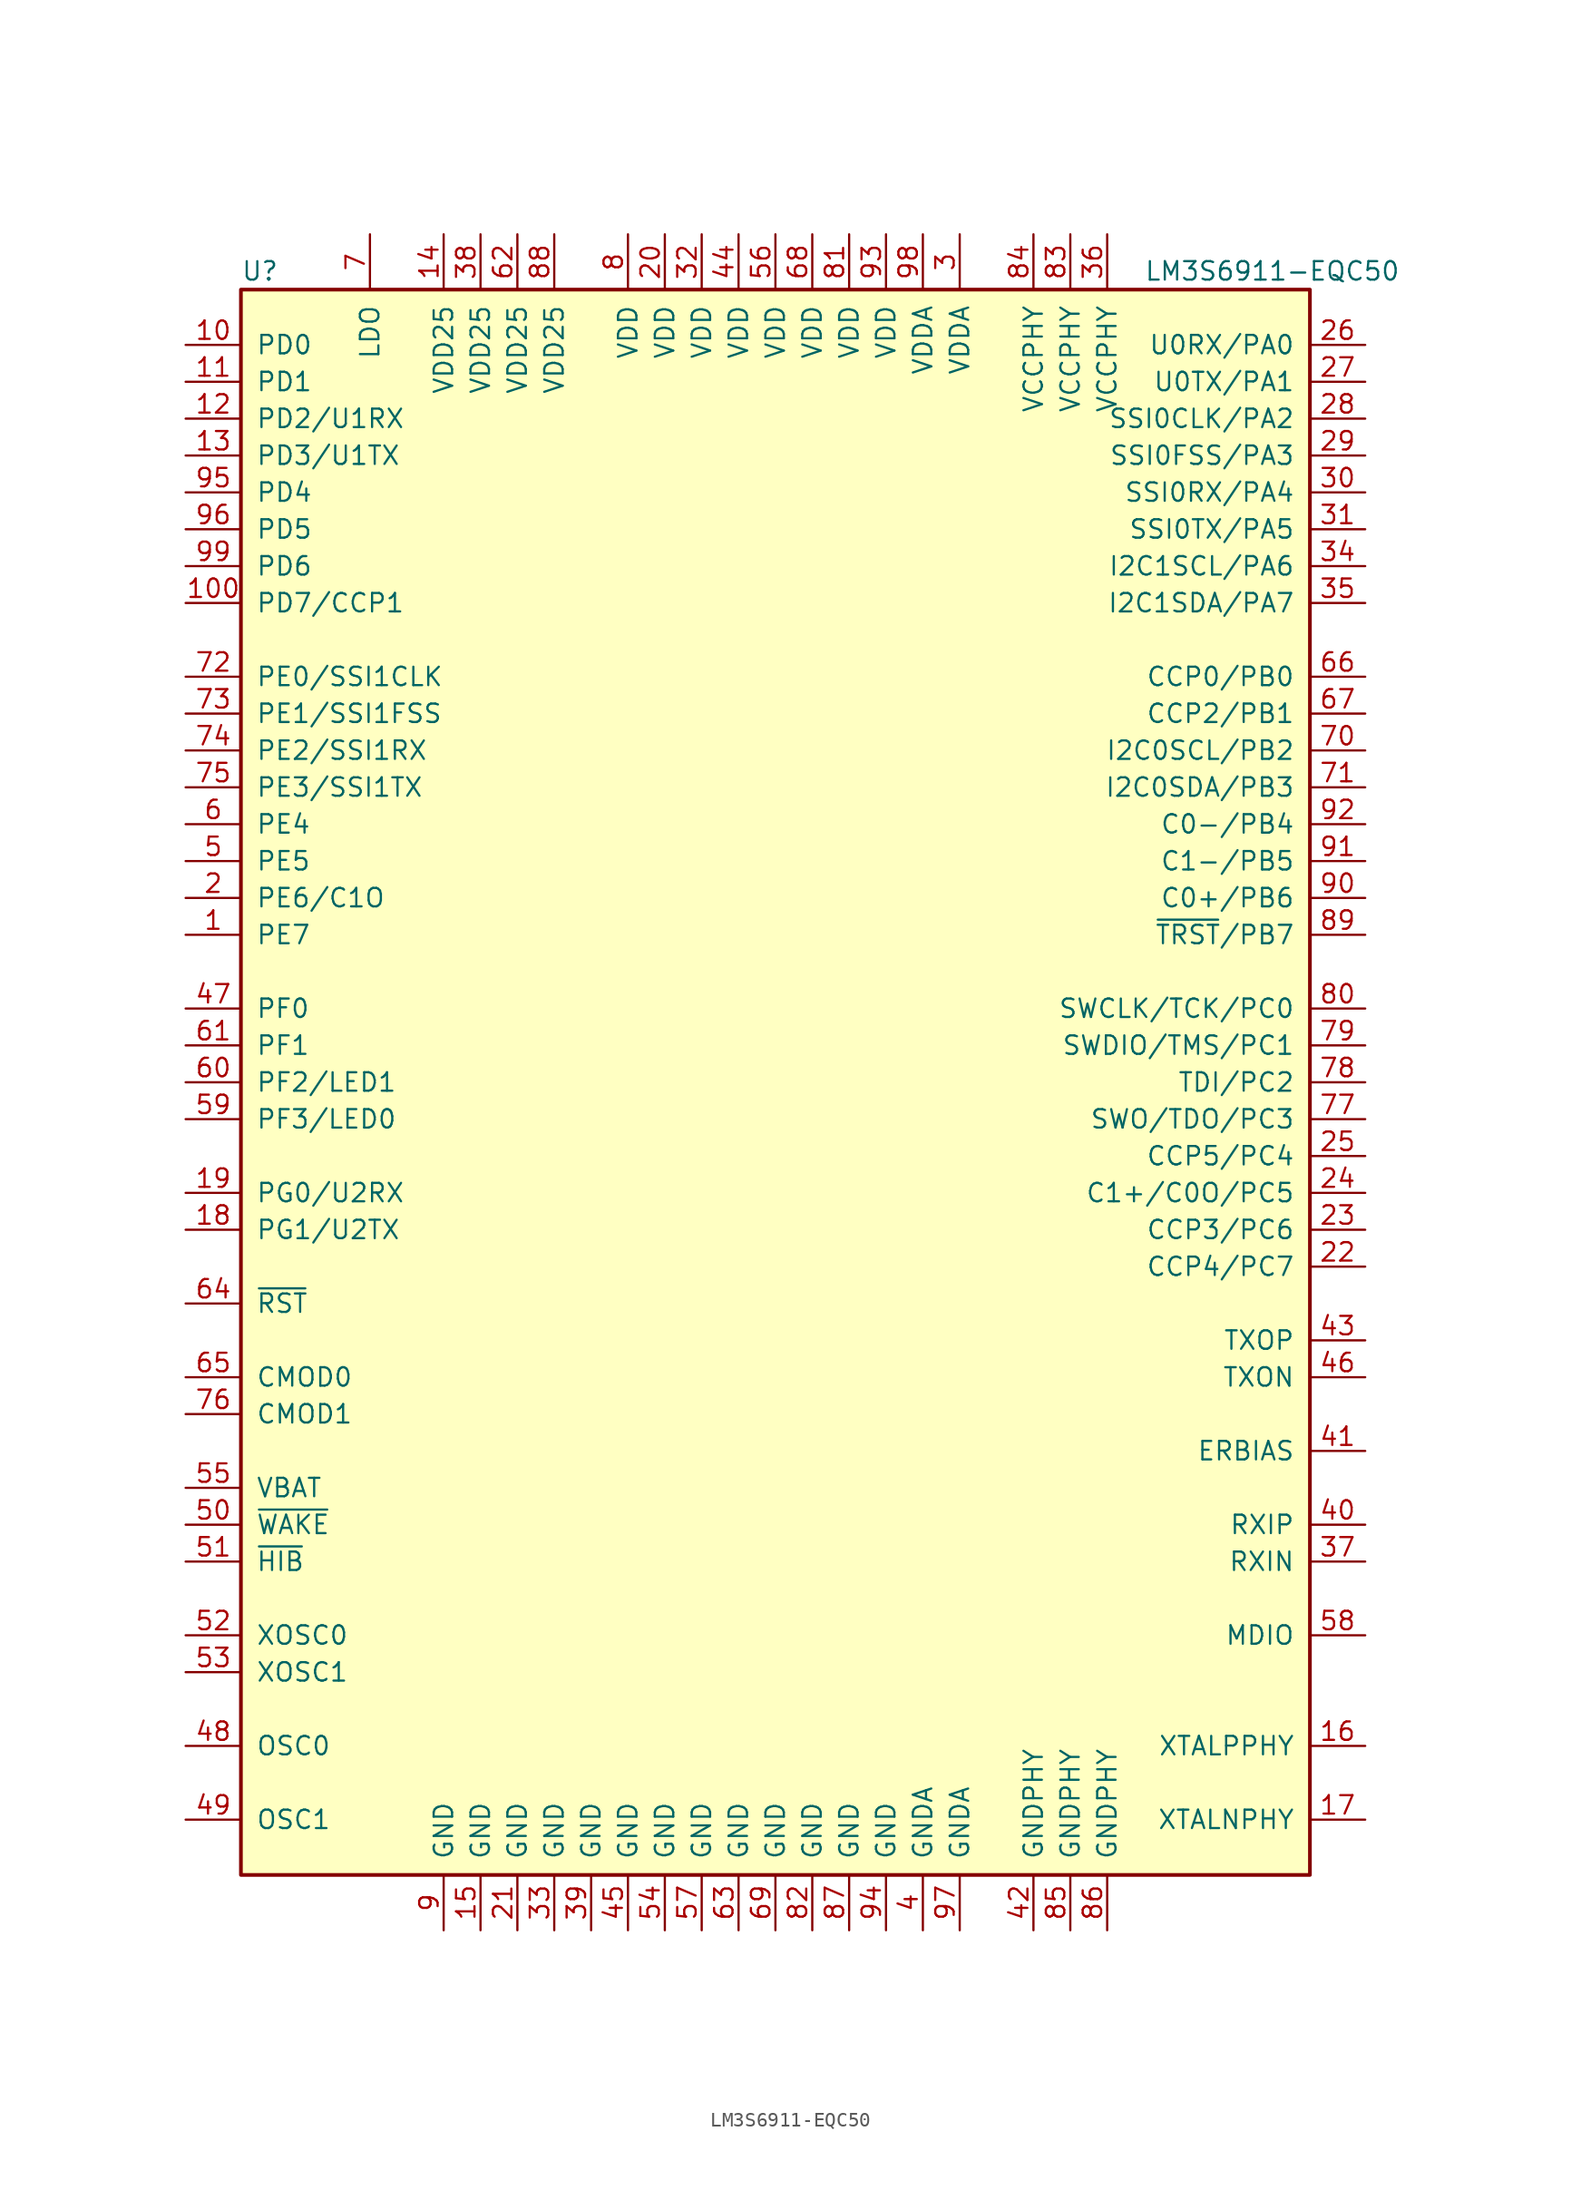
<source format=kicad_sym>
(kicad_symbol_lib
  (version 20201005)
  (generator kicad_symbol_editor)
  (symbol "LM3S6911-EQC50"
    (pin_names
      (offset 1.016))
    (property "Reference" "U"
      (at -36.83 55.88 0)
      (effects (font (size 1.27 1.27)) (justify left)))
    (property "Value" "LM3S6911-EQC50"
      (at 25.4 55.88 0)
      (effects (font (size 1.27 1.27)) (justify left)))
    (symbol "LM3S6911-EQC50_0_1"
      (rectangle (start -36.83 54.61) (end 36.83 -54.61) (stroke (width 0.254)) (fill (type background))))
    (symbol "LM3S6911-EQC50_1_1"
      (pin bidirectional line (at -40.64 10.16 0) (length 3.81) (name "PE7" (effects (font (size 1.27 1.27)))) (number "1" (effects (font (size 1.27 1.27)))))
      (pin bidirectional line (at -40.64 50.8 0) (length 3.81) (name "PD0" (effects (font (size 1.27 1.27)))) (number "10" (effects (font (size 1.27 1.27)))))
      (pin bidirectional line (at -40.64 33.02 0) (length 3.81) (name "PD7/CCP1" (effects (font (size 1.27 1.27)))) (number "100" (effects (font (size 1.27 1.27)))))
      (pin bidirectional line (at -40.64 48.26 0) (length 3.81) (name "PD1" (effects (font (size 1.27 1.27)))) (number "11" (effects (font (size 1.27 1.27)))))
      (pin bidirectional line (at -40.64 45.72 0) (length 3.81) (name "PD2/U1RX" (effects (font (size 1.27 1.27)))) (number "12" (effects (font (size 1.27 1.27)))))
      (pin bidirectional line (at -40.64 43.18 0) (length 3.81) (name "PD3/U1TX" (effects (font (size 1.27 1.27)))) (number "13" (effects (font (size 1.27 1.27)))))
      (pin power_in line (at -22.86 58.42 270) (length 3.81) (name "VDD25" (effects (font (size 1.27 1.27)))) (number "14" (effects (font (size 1.27 1.27)))))
      (pin power_in line (at -20.32 -58.42 90) (length 3.81) (name "GND" (effects (font (size 1.27 1.27)))) (number "15" (effects (font (size 1.27 1.27)))))
      (pin passive line (at 40.64 -45.72 180) (length 3.81) (name "XTALPPHY" (effects (font (size 1.27 1.27)))) (number "16" (effects (font (size 1.27 1.27)))))
      (pin passive line (at 40.64 -50.8 180) (length 3.81) (name "XTALNPHY" (effects (font (size 1.27 1.27)))) (number "17" (effects (font (size 1.27 1.27)))))
      (pin bidirectional line (at -40.64 -10.16 0) (length 3.81) (name "PG1/U2TX" (effects (font (size 1.27 1.27)))) (number "18" (effects (font (size 1.27 1.27)))))
      (pin bidirectional line (at -40.64 -7.62 0) (length 3.81) (name "PG0/U2RX" (effects (font (size 1.27 1.27)))) (number "19" (effects (font (size 1.27 1.27)))))
      (pin bidirectional line (at -40.64 12.7 0) (length 3.81) (name "PE6/C1O" (effects (font (size 1.27 1.27)))) (number "2" (effects (font (size 1.27 1.27)))))
      (pin power_in line (at -7.62 58.42 270) (length 3.81) (name "VDD" (effects (font (size 1.27 1.27)))) (number "20" (effects (font (size 1.27 1.27)))))
      (pin power_in line (at -17.78 -58.42 90) (length 3.81) (name "GND" (effects (font (size 1.27 1.27)))) (number "21" (effects (font (size 1.27 1.27)))))
      (pin bidirectional line (at 40.64 -12.7 180) (length 3.81) (name "CCP4/PC7" (effects (font (size 1.27 1.27)))) (number "22" (effects (font (size 1.27 1.27)))))
      (pin bidirectional line (at 40.64 -10.16 180) (length 3.81) (name "CCP3/PC6" (effects (font (size 1.27 1.27)))) (number "23" (effects (font (size 1.27 1.27)))))
      (pin bidirectional line (at 40.64 -7.62 180) (length 3.81) (name "C1+/C0O/PC5" (effects (font (size 1.27 1.27)))) (number "24" (effects (font (size 1.27 1.27)))))
      (pin bidirectional line (at 40.64 -5.08 180) (length 3.81) (name "CCP5/PC4" (effects (font (size 1.27 1.27)))) (number "25" (effects (font (size 1.27 1.27)))))
      (pin bidirectional line (at 40.64 50.8 180) (length 3.81) (name "U0RX/PA0" (effects (font (size 1.27 1.27)))) (number "26" (effects (font (size 1.27 1.27)))))
      (pin bidirectional line (at 40.64 48.26 180) (length 3.81) (name "U0TX/PA1" (effects (font (size 1.27 1.27)))) (number "27" (effects (font (size 1.27 1.27)))))
      (pin bidirectional line (at 40.64 45.72 180) (length 3.81) (name "SSI0CLK/PA2" (effects (font (size 1.27 1.27)))) (number "28" (effects (font (size 1.27 1.27)))))
      (pin bidirectional line (at 40.64 43.18 180) (length 3.81) (name "SSI0FSS/PA3" (effects (font (size 1.27 1.27)))) (number "29" (effects (font (size 1.27 1.27)))))
      (pin power_in line (at 12.7 58.42 270) (length 3.81) (name "VDDA" (effects (font (size 1.27 1.27)))) (number "3" (effects (font (size 1.27 1.27)))))
      (pin bidirectional line (at 40.64 40.64 180) (length 3.81) (name "SSI0RX/PA4" (effects (font (size 1.27 1.27)))) (number "30" (effects (font (size 1.27 1.27)))))
      (pin bidirectional line (at 40.64 38.1 180) (length 3.81) (name "SSI0TX/PA5" (effects (font (size 1.27 1.27)))) (number "31" (effects (font (size 1.27 1.27)))))
      (pin power_in line (at -5.08 58.42 270) (length 3.81) (name "VDD" (effects (font (size 1.27 1.27)))) (number "32" (effects (font (size 1.27 1.27)))))
      (pin power_in line (at -15.24 -58.42 90) (length 3.81) (name "GND" (effects (font (size 1.27 1.27)))) (number "33" (effects (font (size 1.27 1.27)))))
      (pin bidirectional line (at 40.64 35.56 180) (length 3.81) (name "I2C1SCL/PA6" (effects (font (size 1.27 1.27)))) (number "34" (effects (font (size 1.27 1.27)))))
      (pin bidirectional line (at 40.64 33.02 180) (length 3.81) (name "I2C1SDA/PA7" (effects (font (size 1.27 1.27)))) (number "35" (effects (font (size 1.27 1.27)))))
      (pin power_in line (at 22.86 58.42 270) (length 3.81) (name "VCCPHY" (effects (font (size 1.27 1.27)))) (number "36" (effects (font (size 1.27 1.27)))))
      (pin passive line (at 40.64 -33.02 180) (length 3.81) (name "RXIN" (effects (font (size 1.27 1.27)))) (number "37" (effects (font (size 1.27 1.27)))))
      (pin power_in line (at -20.32 58.42 270) (length 3.81) (name "VDD25" (effects (font (size 1.27 1.27)))) (number "38" (effects (font (size 1.27 1.27)))))
      (pin power_in line (at -12.7 -58.42 90) (length 3.81) (name "GND" (effects (font (size 1.27 1.27)))) (number "39" (effects (font (size 1.27 1.27)))))
      (pin power_in line (at 10.16 -58.42 90) (length 3.81) (name "GNDA" (effects (font (size 1.27 1.27)))) (number "4" (effects (font (size 1.27 1.27)))))
      (pin passive line (at 40.64 -30.48 180) (length 3.81) (name "RXIP" (effects (font (size 1.27 1.27)))) (number "40" (effects (font (size 1.27 1.27)))))
      (pin passive line (at 40.64 -25.4 180) (length 3.81) (name "ERBIAS" (effects (font (size 1.27 1.27)))) (number "41" (effects (font (size 1.27 1.27)))))
      (pin power_in line (at 17.78 -58.42 90) (length 3.81) (name "GNDPHY" (effects (font (size 1.27 1.27)))) (number "42" (effects (font (size 1.27 1.27)))))
      (pin passive line (at 40.64 -17.78 180) (length 3.81) (name "TXOP" (effects (font (size 1.27 1.27)))) (number "43" (effects (font (size 1.27 1.27)))))
      (pin power_in line (at -2.54 58.42 270) (length 3.81) (name "VDD" (effects (font (size 1.27 1.27)))) (number "44" (effects (font (size 1.27 1.27)))))
      (pin power_in line (at -10.16 -58.42 90) (length 3.81) (name "GND" (effects (font (size 1.27 1.27)))) (number "45" (effects (font (size 1.27 1.27)))))
      (pin passive line (at 40.64 -20.32 180) (length 3.81) (name "TXON" (effects (font (size 1.27 1.27)))) (number "46" (effects (font (size 1.27 1.27)))))
      (pin bidirectional line (at -40.64 5.08 0) (length 3.81) (name "PF0" (effects (font (size 1.27 1.27)))) (number "47" (effects (font (size 1.27 1.27)))))
      (pin passive line (at -40.64 -45.72 0) (length 3.81) (name "OSC0" (effects (font (size 1.27 1.27)))) (number "48" (effects (font (size 1.27 1.27)))))
      (pin passive line (at -40.64 -50.8 0) (length 3.81) (name "OSC1" (effects (font (size 1.27 1.27)))) (number "49" (effects (font (size 1.27 1.27)))))
      (pin bidirectional line (at -40.64 15.24 0) (length 3.81) (name "PE5" (effects (font (size 1.27 1.27)))) (number "5" (effects (font (size 1.27 1.27)))))
      (pin input line (at -40.64 -30.48 0) (length 3.81) (name "~WAKE~" (effects (font (size 1.27 1.27)))) (number "50" (effects (font (size 1.27 1.27)))))
      (pin open_collector line (at -40.64 -33.02 0) (length 3.81) (name "~HIB~" (effects (font (size 1.27 1.27)))) (number "51" (effects (font (size 1.27 1.27)))))
      (pin passive line (at -40.64 -38.1 0) (length 3.81) (name "XOSC0" (effects (font (size 1.27 1.27)))) (number "52" (effects (font (size 1.27 1.27)))))
      (pin passive line (at -40.64 -40.64 0) (length 3.81) (name "XOSC1" (effects (font (size 1.27 1.27)))) (number "53" (effects (font (size 1.27 1.27)))))
      (pin power_in line (at -7.62 -58.42 90) (length 3.81) (name "GND" (effects (font (size 1.27 1.27)))) (number "54" (effects (font (size 1.27 1.27)))))
      (pin passive line (at -40.64 -27.94 0) (length 3.81) (name "VBAT" (effects (font (size 1.27 1.27)))) (number "55" (effects (font (size 1.27 1.27)))))
      (pin power_in line (at 0 58.42 270) (length 3.81) (name "VDD" (effects (font (size 1.27 1.27)))) (number "56" (effects (font (size 1.27 1.27)))))
      (pin power_in line (at -5.08 -58.42 90) (length 3.81) (name "GND" (effects (font (size 1.27 1.27)))) (number "57" (effects (font (size 1.27 1.27)))))
      (pin input line (at 40.64 -38.1 180) (length 3.81) (name "MDIO" (effects (font (size 1.27 1.27)))) (number "58" (effects (font (size 1.27 1.27)))))
      (pin bidirectional line (at -40.64 -2.54 0) (length 3.81) (name "PF3/LED0" (effects (font (size 1.27 1.27)))) (number "59" (effects (font (size 1.27 1.27)))))
      (pin bidirectional line (at -40.64 17.78 0) (length 3.81) (name "PE4" (effects (font (size 1.27 1.27)))) (number "6" (effects (font (size 1.27 1.27)))))
      (pin bidirectional line (at -40.64 0 0) (length 3.81) (name "PF2/LED1" (effects (font (size 1.27 1.27)))) (number "60" (effects (font (size 1.27 1.27)))))
      (pin bidirectional line (at -40.64 2.54 0) (length 3.81) (name "PF1" (effects (font (size 1.27 1.27)))) (number "61" (effects (font (size 1.27 1.27)))))
      (pin power_in line (at -17.78 58.42 270) (length 3.81) (name "VDD25" (effects (font (size 1.27 1.27)))) (number "62" (effects (font (size 1.27 1.27)))))
      (pin power_in line (at -2.54 -58.42 90) (length 3.81) (name "GND" (effects (font (size 1.27 1.27)))) (number "63" (effects (font (size 1.27 1.27)))))
      (pin input line (at -40.64 -15.24 0) (length 3.81) (name "~RST~" (effects (font (size 1.27 1.27)))) (number "64" (effects (font (size 1.27 1.27)))))
      (pin input line (at -40.64 -20.32 0) (length 3.81) (name "CMOD0" (effects (font (size 1.27 1.27)))) (number "65" (effects (font (size 1.27 1.27)))))
      (pin bidirectional line (at 40.64 27.94 180) (length 3.81) (name "CCP0/PB0" (effects (font (size 1.27 1.27)))) (number "66" (effects (font (size 1.27 1.27)))))
      (pin bidirectional line (at 40.64 25.4 180) (length 3.81) (name "CCP2/PB1" (effects (font (size 1.27 1.27)))) (number "67" (effects (font (size 1.27 1.27)))))
      (pin power_in line (at 2.54 58.42 270) (length 3.81) (name "VDD" (effects (font (size 1.27 1.27)))) (number "68" (effects (font (size 1.27 1.27)))))
      (pin power_in line (at 0 -58.42 90) (length 3.81) (name "GND" (effects (font (size 1.27 1.27)))) (number "69" (effects (font (size 1.27 1.27)))))
      (pin passive line (at -27.94 58.42 270) (length 3.81) (name "LDO" (effects (font (size 1.27 1.27)))) (number "7" (effects (font (size 1.27 1.27)))))
      (pin bidirectional line (at 40.64 22.86 180) (length 3.81) (name "I2C0SCL/PB2" (effects (font (size 1.27 1.27)))) (number "70" (effects (font (size 1.27 1.27)))))
      (pin bidirectional line (at 40.64 20.32 180) (length 3.81) (name "I2C0SDA/PB3" (effects (font (size 1.27 1.27)))) (number "71" (effects (font (size 1.27 1.27)))))
      (pin bidirectional line (at -40.64 27.94 0) (length 3.81) (name "PE0/SSI1CLK" (effects (font (size 1.27 1.27)))) (number "72" (effects (font (size 1.27 1.27)))))
      (pin bidirectional line (at -40.64 25.4 0) (length 3.81) (name "PE1/SSI1FSS" (effects (font (size 1.27 1.27)))) (number "73" (effects (font (size 1.27 1.27)))))
      (pin bidirectional line (at -40.64 22.86 0) (length 3.81) (name "PE2/SSI1RX" (effects (font (size 1.27 1.27)))) (number "74" (effects (font (size 1.27 1.27)))))
      (pin bidirectional line (at -40.64 20.32 0) (length 3.81) (name "PE3/SSI1TX" (effects (font (size 1.27 1.27)))) (number "75" (effects (font (size 1.27 1.27)))))
      (pin input line (at -40.64 -22.86 0) (length 3.81) (name "CMOD1" (effects (font (size 1.27 1.27)))) (number "76" (effects (font (size 1.27 1.27)))))
      (pin bidirectional line (at 40.64 -2.54 180) (length 3.81) (name "SWO/TDO/PC3" (effects (font (size 1.27 1.27)))) (number "77" (effects (font (size 1.27 1.27)))))
      (pin bidirectional line (at 40.64 0 180) (length 3.81) (name "TDI/PC2" (effects (font (size 1.27 1.27)))) (number "78" (effects (font (size 1.27 1.27)))))
      (pin bidirectional line (at 40.64 2.54 180) (length 3.81) (name "SWDIO/TMS/PC1" (effects (font (size 1.27 1.27)))) (number "79" (effects (font (size 1.27 1.27)))))
      (pin power_in line (at -10.16 58.42 270) (length 3.81) (name "VDD" (effects (font (size 1.27 1.27)))) (number "8" (effects (font (size 1.27 1.27)))))
      (pin bidirectional line (at 40.64 5.08 180) (length 3.81) (name "SWCLK/TCK/PC0" (effects (font (size 1.27 1.27)))) (number "80" (effects (font (size 1.27 1.27)))))
      (pin power_in line (at 5.08 58.42 270) (length 3.81) (name "VDD" (effects (font (size 1.27 1.27)))) (number "81" (effects (font (size 1.27 1.27)))))
      (pin power_in line (at 2.54 -58.42 90) (length 3.81) (name "GND" (effects (font (size 1.27 1.27)))) (number "82" (effects (font (size 1.27 1.27)))))
      (pin power_in line (at 20.32 58.42 270) (length 3.81) (name "VCCPHY" (effects (font (size 1.27 1.27)))) (number "83" (effects (font (size 1.27 1.27)))))
      (pin power_in line (at 17.78 58.42 270) (length 3.81) (name "VCCPHY" (effects (font (size 1.27 1.27)))) (number "84" (effects (font (size 1.27 1.27)))))
      (pin power_in line (at 20.32 -58.42 90) (length 3.81) (name "GNDPHY" (effects (font (size 1.27 1.27)))) (number "85" (effects (font (size 1.27 1.27)))))
      (pin power_in line (at 22.86 -58.42 90) (length 3.81) (name "GNDPHY" (effects (font (size 1.27 1.27)))) (number "86" (effects (font (size 1.27 1.27)))))
      (pin power_in line (at 5.08 -58.42 90) (length 3.81) (name "GND" (effects (font (size 1.27 1.27)))) (number "87" (effects (font (size 1.27 1.27)))))
      (pin power_in line (at -15.24 58.42 270) (length 3.81) (name "VDD25" (effects (font (size 1.27 1.27)))) (number "88" (effects (font (size 1.27 1.27)))))
      (pin bidirectional line (at 40.64 10.16 180) (length 3.81) (name "~TRST~/PB7" (effects (font (size 1.27 1.27)))) (number "89" (effects (font (size 1.27 1.27)))))
      (pin power_in line (at -22.86 -58.42 90) (length 3.81) (name "GND" (effects (font (size 1.27 1.27)))) (number "9" (effects (font (size 1.27 1.27)))))
      (pin bidirectional line (at 40.64 12.7 180) (length 3.81) (name "C0+/PB6" (effects (font (size 1.27 1.27)))) (number "90" (effects (font (size 1.27 1.27)))))
      (pin bidirectional line (at 40.64 15.24 180) (length 3.81) (name "C1-/PB5" (effects (font (size 1.27 1.27)))) (number "91" (effects (font (size 1.27 1.27)))))
      (pin bidirectional line (at 40.64 17.78 180) (length 3.81) (name "C0-/PB4" (effects (font (size 1.27 1.27)))) (number "92" (effects (font (size 1.27 1.27)))))
      (pin power_in line (at 7.62 58.42 270) (length 3.81) (name "VDD" (effects (font (size 1.27 1.27)))) (number "93" (effects (font (size 1.27 1.27)))))
      (pin power_in line (at 7.62 -58.42 90) (length 3.81) (name "GND" (effects (font (size 1.27 1.27)))) (number "94" (effects (font (size 1.27 1.27)))))
      (pin bidirectional line (at -40.64 40.64 0) (length 3.81) (name "PD4" (effects (font (size 1.27 1.27)))) (number "95" (effects (font (size 1.27 1.27)))))
      (pin bidirectional line (at -40.64 38.1 0) (length 3.81) (name "PD5" (effects (font (size 1.27 1.27)))) (number "96" (effects (font (size 1.27 1.27)))))
      (pin power_in line (at 12.7 -58.42 90) (length 3.81) (name "GNDA" (effects (font (size 1.27 1.27)))) (number "97" (effects (font (size 1.27 1.27)))))
      (pin power_in line (at 10.16 58.42 270) (length 3.81) (name "VDDA" (effects (font (size 1.27 1.27)))) (number "98" (effects (font (size 1.27 1.27)))))
      (pin bidirectional line (at -40.64 35.56 0) (length 3.81) (name "PD6" (effects (font (size 1.27 1.27)))) (number "99" (effects (font (size 1.27 1.27))))))))
</source>
